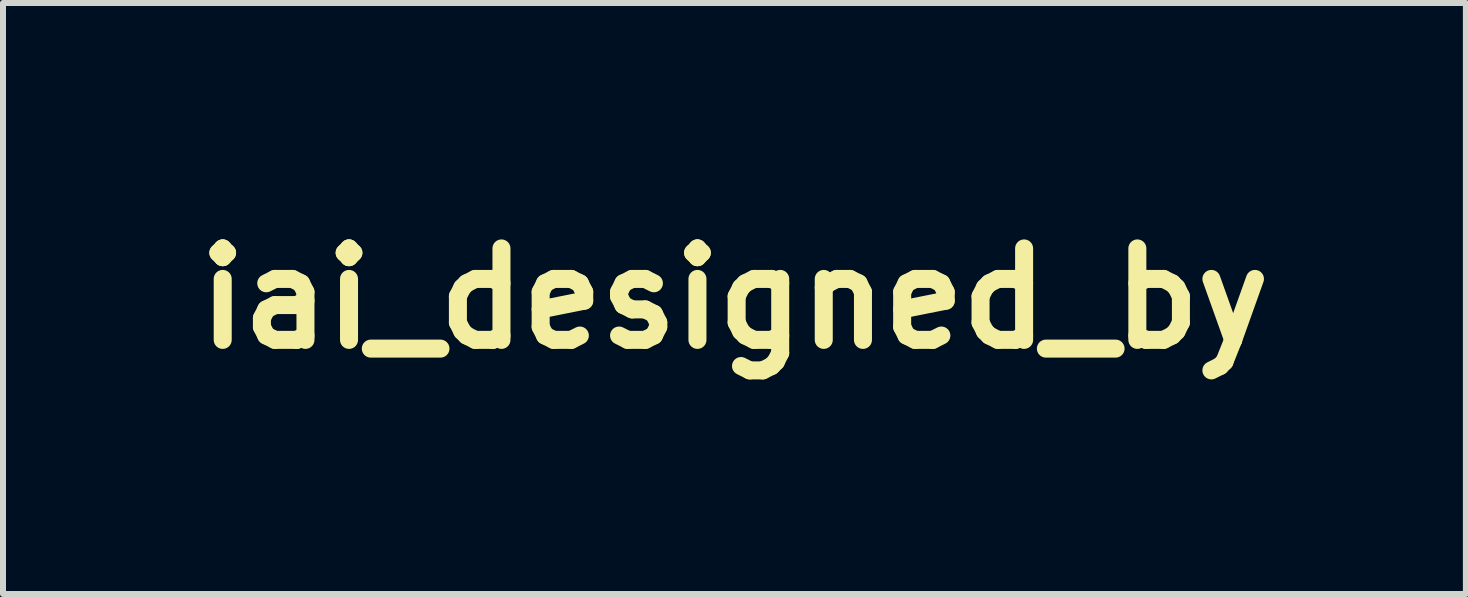
<source format=kicad_pcb>
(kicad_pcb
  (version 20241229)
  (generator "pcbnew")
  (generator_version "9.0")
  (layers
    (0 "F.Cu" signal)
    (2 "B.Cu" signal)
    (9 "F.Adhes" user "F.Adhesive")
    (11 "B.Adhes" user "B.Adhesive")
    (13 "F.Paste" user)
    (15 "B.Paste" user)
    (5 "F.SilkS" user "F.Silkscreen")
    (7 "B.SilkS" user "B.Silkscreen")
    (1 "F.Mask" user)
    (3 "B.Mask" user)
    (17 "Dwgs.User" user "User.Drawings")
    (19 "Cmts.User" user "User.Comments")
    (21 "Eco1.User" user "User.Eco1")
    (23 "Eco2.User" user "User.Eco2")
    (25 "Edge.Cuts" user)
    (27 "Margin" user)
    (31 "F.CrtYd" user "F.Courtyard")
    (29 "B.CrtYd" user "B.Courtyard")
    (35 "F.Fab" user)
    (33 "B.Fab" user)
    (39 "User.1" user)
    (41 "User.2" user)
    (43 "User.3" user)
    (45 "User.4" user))
  (footprint "iai_designed_by"
    (layer "F.Cu")
    (at 9.188 1.924)
    (property "Reference" "iai_designed_by" (at 0 0 0) (layer "F.SilkS") (effects (font (size 1.524 1.524) (thickness 0.3))))
    (attr through_hole)
    (fp_poly (pts (xy 7.053 -1.054) (xy 5.756 -1.054) (xy 5.756 -1.216) (xy 7.053 -1.216) (xy 7.053 -1.054)) (stroke (width 0.01) (type solid)) (fill yes) (layer "F.Mask"))
    (fp_poly (pts (xy -3.011 0.908) (xy -2.999 0.959) (xy -3.012 1.012) (xy -3.053 1.027) (xy -3.096 1.011) (xy -3.107 0.959) (xy -3.095 0.906) (xy -3.053 0.892) (xy -3.011 0.908)) (stroke (width 0.01) (type solid)) (fill yes) (layer "F.Mask"))
    (fp_poly (pts (xy 2.702 -1.513) (xy 2.108 -1.513) (xy 2.108 -0.027) (xy 1.675 -0.027) (xy 1.675 -1.81) (xy 1.81 -1.81) (xy 1.81 -0.162) (xy 1.973 -0.162) (xy 1.973 -1.648) (xy 2.567 -1.648) (xy 2.567 -1.81) (xy 1.81 -1.81) (xy 1.675 -1.81) (xy 1.675 -1.919) (xy 2.702 -1.919) (xy 2.702 -1.513)) (stroke (width 0.01) (type solid)) (fill yes) (layer "F.Mask"))
    (fp_poly (pts (xy 8.755 0.297) (xy 7.755 0.297) (xy 7.755 0) (xy 7.89 0) (xy 7.89 0.162) (xy 8.62 0.162) (xy 8.62 -1.486) (xy 8.485 -1.486) (xy 8.485 0) (xy 7.89 0) (xy 7.755 0) (xy 7.755 -0.135) (xy 8.35 -0.135) (xy 8.35 -1.621) (xy 8.755 -1.621) (xy 8.755 0.297)) (stroke (width 0.01) (type solid)) (fill yes) (layer "F.Mask"))
    (fp_poly (pts (xy -7.161 -1.486) (xy -7.837 -1.486) (xy -8.051 -1.487) (xy -8.216 -1.488) (xy -8.339 -1.491) (xy -8.426 -1.496) (xy -8.483 -1.503) (xy -8.515 -1.512) (xy -8.528 -1.524) (xy -8.528 -1.525) (xy -8.537 -1.585) (xy -8.534 -1.613) (xy -8.528 -1.628) (xy -8.512 -1.64) (xy -8.479 -1.649) (xy -8.424 -1.655) (xy -8.34 -1.66) (xy -8.222 -1.664) (xy -8.062 -1.666) (xy -7.854 -1.669) (xy -7.843 -1.669) (xy -7.161 -1.676) (xy -7.161 -1.486)) (stroke (width 0.01) (type solid)) (fill yes) (layer "F.Mask"))
    (fp_poly (pts (xy -3.03 1.111) (xy -3.014 1.128) (xy -3.005 1.167) (xy -3.001 1.237) (xy -2.999 1.349) (xy -2.999 1.405) (xy -3 1.535) (xy -3.003 1.621) (xy -3.01 1.671) (xy -3.023 1.695) (xy -3.043 1.702) (xy -3.053 1.702) (xy -3.077 1.699) (xy -3.093 1.682) (xy -3.102 1.644) (xy -3.106 1.573) (xy -3.107 1.461) (xy -3.107 1.405) (xy -3.107 1.275) (xy -3.104 1.19) (xy -3.097 1.14) (xy -3.084 1.116) (xy -3.064 1.108) (xy -3.053 1.108) (xy -3.03 1.111)) (stroke (width 0.01) (type solid)) (fill yes) (layer "F.Mask"))
    (fp_poly (pts (xy 6.411 -0.777) (xy 7.228 -0.77) (xy 7.228 0.23) (xy 7.127 0.238) (xy 7.06 0.24) (xy 7.032 0.224) (xy 7.026 0.182) (xy 7.026 0.177) (xy 7.026 0.108) (xy 5.81 0.108) (xy 5.81 0.176) (xy 5.804 0.219) (xy 5.776 0.239) (xy 5.711 0.243) (xy 5.701 0.243) (xy 5.593 0.243) (xy 5.593 -0.594) (xy 5.81 -0.594) (xy 5.81 -0.054) (xy 7.026 -0.054) (xy 7.026 -0.594) (xy 5.81 -0.594) (xy 5.593 -0.594) (xy 5.593 -0.784) (xy 6.411 -0.777)) (stroke (width 0.01) (type solid)) (fill yes) (layer "F.Mask"))
    (fp_poly (pts (xy -4.907 0.924) (xy -4.754 0.938) (xy -4.649 0.963) (xy -4.608 0.983) (xy -4.526 1.068) (xy -4.477 1.188) (xy -4.463 1.335) (xy -4.465 1.37) (xy -4.492 1.5) (xy -4.553 1.595) (xy -4.652 1.659) (xy -4.791 1.694) (xy -4.944 1.702) (xy -5.134 1.702) (xy -5.134 1.027) (xy -4.999 1.027) (xy -4.999 1.594) (xy -4.863 1.594) (xy -4.768 1.588) (xy -4.703 1.563) (xy -4.66 1.528) (xy -4.613 1.464) (xy -4.595 1.382) (xy -4.594 1.34) (xy -4.608 1.203) (xy -4.655 1.107) (xy -4.738 1.05) (xy -4.86 1.028) (xy -4.892 1.027) (xy -4.999 1.027) (xy -5.134 1.027) (xy -5.134 0.912) (xy -4.907 0.924)) (stroke (width 0.01) (type solid)) (fill yes) (layer "F.Mask"))
    (fp_poly (pts (xy -1.405 -1.78) (xy -1.383 -1.762) (xy -1.388 -1.723) (xy -1.399 -1.672) (xy -1.415 -1.581) (xy -1.433 -1.465) (xy -1.449 -1.365) (xy -1.469 -1.175) (xy -1.479 -0.955) (xy -1.48 -0.722) (xy -1.471 -0.491) (xy -1.453 -0.278) (xy -1.427 -0.099) (xy -1.42 -0.069) (xy -1.4 0.035) (xy -1.394 0.098) (xy -1.403 0.132) (xy -1.412 0.14) (xy -1.477 0.161) (xy -1.54 0.152) (xy -1.578 0.118) (xy -1.578 0.118) (xy -1.608 0.009) (xy -1.633 -0.144) (xy -1.652 -0.329) (xy -1.666 -0.534) (xy -1.672 -0.75) (xy -1.672 -0.965) (xy -1.665 -1.168) (xy -1.651 -1.348) (xy -1.635 -1.456) (xy -1.611 -1.593) (xy -1.591 -1.685) (xy -1.572 -1.741) (xy -1.549 -1.77) (xy -1.518 -1.782) (xy -1.473 -1.783) (xy -1.468 -1.783) (xy -1.405 -1.78)) (stroke (width 0.01) (type solid)) (fill yes) (layer "F.Mask"))
    (fp_poly (pts (xy 0.843 1.113) (xy 0.879 1.129) (xy 0.914 1.173) (xy 0.954 1.255) (xy 0.987 1.332) (xy 1.071 1.543) (xy 1.154 1.332) (xy 1.2 1.221) (xy 1.238 1.153) (xy 1.273 1.12) (xy 1.293 1.113) (xy 1.339 1.116) (xy 1.351 1.129) (xy 1.341 1.17) (xy 1.313 1.248) (xy 1.272 1.351) (xy 1.223 1.469) (xy 1.171 1.591) (xy 1.12 1.705) (xy 1.074 1.801) (xy 1.04 1.868) (xy 1.022 1.895) (xy 0.965 1.915) (xy 0.902 1.917) (xy 0.852 1.903) (xy 0.838 1.881) (xy 0.861 1.847) (xy 0.905 1.826) (xy 0.958 1.802) (xy 0.985 1.756) (xy 0.985 1.683) (xy 0.958 1.578) (xy 0.904 1.432) (xy 0.894 1.408) (xy 0.849 1.297) (xy 0.813 1.204) (xy 0.79 1.142) (xy 0.784 1.121) (xy 0.806 1.111) (xy 0.843 1.113)) (stroke (width 0.01) (type solid)) (fill yes) (layer "F.Mask"))
    (fp_poly (pts (xy -8.349 -0.929) (xy -8.3 -0.891) (xy -8.236 -0.838) (xy -8.359 -0.702) (xy -8.463 -0.567) (xy -8.517 -0.449) (xy -8.52 -0.345) (xy -8.474 -0.252) (xy -8.383 -0.172) (xy -8.268 -0.12) (xy -8.112 -0.083) (xy -7.923 -0.065) (xy -7.713 -0.063) (xy -7.49 -0.08) (xy -7.265 -0.115) (xy -7.242 -0.12) (xy -7.15 -0.136) (xy -7.081 -0.143) (xy -7.049 -0.139) (xy -7.031 -0.102) (xy -7.015 -0.049) (xy -7.012 0.009) (xy -7.041 0.036) (xy -7.046 0.037) (xy -7.196 0.071) (xy -7.38 0.098) (xy -7.58 0.115) (xy -7.782 0.124) (xy -7.971 0.122) (xy -8.132 0.109) (xy -8.21 0.096) (xy -8.41 0.032) (xy -8.562 -0.056) (xy -8.666 -0.164) (xy -8.72 -0.29) (xy -8.724 -0.431) (xy -8.677 -0.583) (xy -8.576 -0.744) (xy -8.506 -0.827) (xy -8.445 -0.89) (xy -8.399 -0.933) (xy -8.38 -0.945) (xy -8.349 -0.929)) (stroke (width 0.01) (type solid)) (fill yes) (layer "F.Mask"))
    (fp_poly (pts (xy 3.154 0.851) (xy 3.156 0.899) (xy 3.152 0.919) (xy 3.145 0.973) (xy 3.164 0.995) (xy 3.221 1) (xy 3.23 1) (xy 3.299 1.009) (xy 3.323 1.037) (xy 3.324 1.04) (xy 3.305 1.069) (xy 3.244 1.08) (xy 3.22 1.081) (xy 3.117 1.081) (xy 3.014 1.351) (xy 2.967 1.475) (xy 2.933 1.555) (xy 2.907 1.599) (xy 2.886 1.615) (xy 2.862 1.61) (xy 2.847 1.601) (xy 2.838 1.57) (xy 2.852 1.501) (xy 2.892 1.392) (xy 2.943 1.262) (xy 2.974 1.175) (xy 2.988 1.121) (xy 2.984 1.093) (xy 2.964 1.083) (xy 2.927 1.081) (xy 2.92 1.081) (xy 2.855 1.069) (xy 2.837 1.04) (xy 2.857 1.011) (xy 2.922 1) (xy 2.933 1) (xy 3.002 0.993) (xy 3.039 0.962) (xy 3.057 0.919) (xy 3.089 0.862) (xy 3.126 0.838) (xy 3.127 0.838) (xy 3.154 0.851)) (stroke (width 0.01) (type solid)) (fill yes) (layer "F.Mask"))
    (fp_poly (pts (xy -3.427 1.113) (xy -3.343 1.121) (xy -3.298 1.135) (xy -3.279 1.163) (xy -3.274 1.186) (xy -3.274 1.232) (xy -3.3 1.236) (xy -3.314 1.231) (xy -3.437 1.2) (xy -3.527 1.21) (xy -3.551 1.224) (xy -3.585 1.267) (xy -3.567 1.306) (xy -3.494 1.34) (xy -3.456 1.352) (xy -3.341 1.399) (xy -3.27 1.463) (xy -3.246 1.54) (xy -3.273 1.623) (xy -3.291 1.648) (xy -3.354 1.69) (xy -3.451 1.716) (xy -3.563 1.722) (xy -3.641 1.712) (xy -3.691 1.681) (xy -3.702 1.634) (xy -3.697 1.591) (xy -3.672 1.583) (xy -3.623 1.598) (xy -3.523 1.619) (xy -3.442 1.611) (xy -3.392 1.575) (xy -3.383 1.549) (xy -3.386 1.513) (xy -3.414 1.487) (xy -3.479 1.461) (xy -3.522 1.448) (xy -3.62 1.413) (xy -3.675 1.37) (xy -3.699 1.309) (xy -3.702 1.255) (xy -3.678 1.183) (xy -3.609 1.135) (xy -3.5 1.113) (xy -3.427 1.113)) (stroke (width 0.01) (type solid)) (fill yes) (layer "F.Mask"))
    (fp_poly (pts (xy -1.775 1.12) (xy -1.712 1.162) (xy -1.672 1.239) (xy -1.652 1.358) (xy -1.648 1.476) (xy -1.649 1.587) (xy -1.654 1.655) (xy -1.666 1.689) (xy -1.686 1.701) (xy -1.699 1.702) (xy -1.725 1.696) (xy -1.742 1.672) (xy -1.752 1.617) (xy -1.759 1.523) (xy -1.761 1.484) (xy -1.774 1.343) (xy -1.802 1.251) (xy -1.844 1.206) (xy -1.904 1.205) (xy -1.914 1.208) (xy -1.969 1.234) (xy -2.002 1.27) (xy -2.02 1.33) (xy -2.026 1.426) (xy -2.027 1.489) (xy -2.027 1.596) (xy -2.032 1.659) (xy -2.044 1.69) (xy -2.067 1.701) (xy -2.094 1.702) (xy -2.162 1.702) (xy -2.162 1.405) (xy -2.161 1.274) (xy -2.158 1.189) (xy -2.15 1.138) (xy -2.137 1.115) (xy -2.117 1.108) (xy -2.113 1.108) (xy -2.055 1.123) (xy -2.035 1.137) (xy -2.002 1.152) (xy -1.988 1.137) (xy -1.951 1.118) (xy -1.883 1.108) (xy -1.865 1.108) (xy -1.775 1.12)) (stroke (width 0.01) (type solid)) (fill yes) (layer "F.Mask"))
    (fp_poly (pts (xy -0.324 1.704) (xy -0.412 1.7) (xy -0.504 1.703) (xy -0.581 1.714) (xy -0.672 1.714) (xy -0.729 1.696) (xy -0.793 1.644) (xy -0.83 1.594) (xy -0.859 1.498) (xy -0.863 1.389) (xy -0.862 1.383) (xy -0.756 1.383) (xy -0.752 1.472) (xy -0.721 1.548) (xy -0.67 1.599) (xy -0.605 1.619) (xy -0.534 1.596) (xy -0.509 1.577) (xy -0.471 1.51) (xy -0.458 1.419) (xy -0.47 1.325) (xy -0.507 1.25) (xy -0.513 1.243) (xy -0.585 1.195) (xy -0.65 1.201) (xy -0.709 1.26) (xy -0.726 1.288) (xy -0.756 1.383) (xy -0.862 1.383) (xy -0.845 1.28) (xy -0.809 1.189) (xy -0.756 1.132) (xy -0.742 1.125) (xy -0.667 1.11) (xy -0.583 1.111) (xy -0.513 1.127) (xy -0.492 1.14) (xy -0.473 1.148) (xy -0.462 1.117) (xy -0.459 1.041) (xy -0.459 1.032) (xy -0.457 0.95) (xy -0.447 0.908) (xy -0.422 0.893) (xy -0.392 0.892) (xy -0.324 0.892) (xy -0.324 1.704)) (stroke (width 0.01) (type solid)) (fill yes) (layer "F.Mask"))
    (fp_poly (pts (xy 0.269 0.896) (xy 0.289 0.917) (xy 0.296 0.97) (xy 0.297 1.032) (xy 0.3 1.113) (xy 0.309 1.147) (xy 0.328 1.142) (xy 0.33 1.14) (xy 0.377 1.119) (xy 0.45 1.108) (xy 0.462 1.108) (xy 0.56 1.132) (xy 0.636 1.196) (xy 0.686 1.289) (xy 0.706 1.402) (xy 0.69 1.522) (xy 0.661 1.597) (xy 0.609 1.661) (xy 0.538 1.708) (xy 0.465 1.73) (xy 0.406 1.719) (xy 0.396 1.711) (xy 0.36 1.701) (xy 0.292 1.697) (xy 0.27 1.698) (xy 0.162 1.702) (xy 0.162 1.411) (xy 0.297 1.411) (xy 0.308 1.506) (xy 0.342 1.572) (xy 0.408 1.613) (xy 0.481 1.616) (xy 0.54 1.582) (xy 0.565 1.53) (xy 0.584 1.453) (xy 0.586 1.44) (xy 0.586 1.35) (xy 0.551 1.276) (xy 0.541 1.263) (xy 0.479 1.204) (xy 0.421 1.195) (xy 0.358 1.237) (xy 0.351 1.243) (xy 0.311 1.315) (xy 0.297 1.411) (xy 0.162 1.411) (xy 0.162 0.892) (xy 0.23 0.892) (xy 0.269 0.896)) (stroke (width 0.01) (type solid)) (fill yes) (layer "F.Mask"))
    (fp_poly (pts (xy 3.614 1.005) (xy 3.708 1.014) (xy 3.756 1.03) (xy 3.769 1.054) (xy 3.756 1.08) (xy 3.708 1.088) (xy 3.655 1.086) (xy 3.54 1.077) (xy 3.54 1.451) (xy 3.659 1.527) (xy 3.731 1.581) (xy 3.764 1.625) (xy 3.764 1.639) (xy 3.737 1.671) (xy 3.69 1.663) (xy 3.627 1.62) (xy 3.557 1.565) (xy 3.525 1.643) (xy 3.487 1.704) (xy 3.446 1.739) (xy 3.36 1.754) (xy 3.261 1.75) (xy 3.179 1.726) (xy 3.175 1.724) (xy 3.109 1.672) (xy 3.083 1.604) (xy 3.081 1.569) (xy 3.161 1.569) (xy 3.184 1.614) (xy 3.238 1.655) (xy 3.302 1.675) (xy 3.31 1.675) (xy 3.38 1.657) (xy 3.418 1.632) (xy 3.455 1.572) (xy 3.441 1.526) (xy 3.38 1.497) (xy 3.342 1.491) (xy 3.254 1.496) (xy 3.189 1.523) (xy 3.162 1.565) (xy 3.161 1.569) (xy 3.081 1.569) (xy 3.081 1.565) (xy 3.104 1.48) (xy 3.17 1.422) (xy 3.277 1.395) (xy 3.326 1.394) (xy 3.459 1.396) (xy 3.459 0.997) (xy 3.614 1.005)) (stroke (width 0.01) (type solid)) (fill yes) (layer "F.Mask"))
    (fp_poly (pts (xy 6.488 -1.887) (xy 6.548 -1.866) (xy 6.614 -1.822) (xy 6.673 -1.771) (xy 7.014 -1.501) (xy 7.285 -1.323) (xy 7.372 -1.27) (xy 7.44 -1.227) (xy 7.477 -1.204) (xy 7.48 -1.202) (xy 7.475 -1.175) (xy 7.451 -1.12) (xy 7.445 -1.109) (xy 7.401 -1.023) (xy 7.274 -1.097) (xy 7.082 -1.217) (xy 6.878 -1.358) (xy 6.688 -1.504) (xy 6.598 -1.58) (xy 6.519 -1.648) (xy 6.455 -1.7) (xy 6.419 -1.727) (xy 6.414 -1.729) (xy 6.388 -1.713) (xy 6.332 -1.67) (xy 6.256 -1.607) (xy 6.227 -1.582) (xy 6.011 -1.41) (xy 5.792 -1.253) (xy 5.587 -1.124) (xy 5.565 -1.111) (xy 5.414 -1.027) (xy 5.369 -1.122) (xy 5.345 -1.181) (xy 5.342 -1.214) (xy 5.345 -1.216) (xy 5.381 -1.231) (xy 5.451 -1.272) (xy 5.547 -1.333) (xy 5.659 -1.407) (xy 5.778 -1.489) (xy 5.895 -1.572) (xy 6.001 -1.651) (xy 6.088 -1.718) (xy 6.112 -1.738) (xy 6.203 -1.813) (xy 6.27 -1.859) (xy 6.325 -1.883) (xy 6.383 -1.891) (xy 6.415 -1.891) (xy 6.488 -1.887)) (stroke (width 0.01) (type solid)) (fill yes) (layer "F.Mask"))
    (fp_poly (pts (xy -3.976 1.118) (xy -3.89 1.166) (xy -3.831 1.244) (xy -3.81 1.341) (xy -3.81 1.432) (xy -4.026 1.432) (xy -4.127 1.435) (xy -4.202 1.442) (xy -4.24 1.452) (xy -4.242 1.456) (xy -4.227 1.491) (xy -4.19 1.546) (xy -4.184 1.553) (xy -4.138 1.601) (xy -4.088 1.618) (xy -4.015 1.614) (xy -3.935 1.603) (xy -3.875 1.593) (xy -3.866 1.591) (xy -3.828 1.604) (xy -3.817 1.625) (xy -3.832 1.666) (xy -3.886 1.698) (xy -3.966 1.719) (xy -4.057 1.725) (xy -4.146 1.713) (xy -4.178 1.703) (xy -4.269 1.638) (xy -4.328 1.536) (xy -4.35 1.406) (xy -4.35 1.399) (xy -4.346 1.327) (xy -4.228 1.327) (xy -4.217 1.343) (xy -4.173 1.35) (xy -4.085 1.351) (xy -4.081 1.351) (xy -3.994 1.347) (xy -3.936 1.336) (xy -3.918 1.324) (xy -3.938 1.283) (xy -3.982 1.234) (xy -4.031 1.197) (xy -4.055 1.189) (xy -4.122 1.21) (xy -4.188 1.26) (xy -4.216 1.298) (xy -4.228 1.327) (xy -4.346 1.327) (xy -4.344 1.308) (xy -4.32 1.244) (xy -4.271 1.187) (xy -4.178 1.124) (xy -4.076 1.103) (xy -3.976 1.118)) (stroke (width 0.01) (type solid)) (fill yes) (layer "F.Mask"))
    (fp_poly (pts (xy -1.166 1.112) (xy -1.104 1.122) (xy -1.096 1.125) (xy -1.046 1.167) (xy -1.002 1.241) (xy -0.976 1.327) (xy -0.973 1.363) (xy -0.975 1.397) (xy -0.989 1.418) (xy -1.025 1.428) (xy -1.095 1.432) (xy -1.189 1.432) (xy -1.289 1.434) (xy -1.365 1.437) (xy -1.403 1.443) (xy -1.405 1.444) (xy -1.395 1.475) (xy -1.373 1.526) (xy -1.316 1.592) (xy -1.225 1.618) (xy -1.104 1.603) (xy -1.103 1.602) (xy -1.036 1.587) (xy -1.007 1.593) (xy -1 1.621) (xy -1 1.626) (xy -1.024 1.674) (xy -1.086 1.709) (xy -1.172 1.726) (xy -1.268 1.722) (xy -1.341 1.703) (xy -1.431 1.638) (xy -1.491 1.536) (xy -1.513 1.406) (xy -1.513 1.399) (xy -1.501 1.327) (xy -1.39 1.327) (xy -1.38 1.343) (xy -1.335 1.35) (xy -1.248 1.351) (xy -1.244 1.351) (xy -1.157 1.347) (xy -1.098 1.336) (xy -1.081 1.324) (xy -1.1 1.283) (xy -1.145 1.234) (xy -1.194 1.197) (xy -1.218 1.189) (xy -1.285 1.21) (xy -1.351 1.26) (xy -1.378 1.298) (xy -1.39 1.327) (xy -1.501 1.327) (xy -1.492 1.272) (xy -1.432 1.178) (xy -1.339 1.122) (xy -1.247 1.108) (xy -1.166 1.112)) (stroke (width 0.01) (type solid)) (fill yes) (layer "F.Mask"))
    (fp_poly (pts (xy 4.958 -1.256) (xy 4.614 -1.249) (xy 4.269 -1.241) (xy 4.269 -1.027) (xy 5.053 -1.027) (xy 5.053 -0.865) (xy 4.269 -0.865) (xy 4.269 -0.621) (xy 4.918 -0.621) (xy 4.918 0.243) (xy 4.81 0.243) (xy 4.74 0.24) (xy 4.709 0.222) (xy 4.702 0.182) (xy 4.702 0.176) (xy 4.702 0.108) (xy 3.621 0.108) (xy 3.621 0.176) (xy 3.614 0.221) (xy 3.582 0.24) (xy 3.526 0.243) (xy 3.432 0.243) (xy 3.432 -0.432) (xy 3.621 -0.432) (xy 3.621 -0.054) (xy 4.702 -0.054) (xy 4.702 -0.432) (xy 3.621 -0.432) (xy 3.432 -0.432) (xy 3.432 -0.621) (xy 4.08 -0.621) (xy 4.08 -0.865) (xy 3.358 -0.865) (xy 3.339 -0.669) (xy 3.317 -0.501) (xy 3.281 -0.318) (xy 3.237 -0.138) (xy 3.188 0.02) (xy 3.157 0.099) (xy 3.102 0.223) (xy 3.022 0.143) (xy 2.973 0.09) (xy 2.957 0.05) (xy 2.968 -0.003) (xy 2.984 -0.043) (xy 3.023 -0.148) (xy 3.053 -0.246) (xy 3.077 -0.347) (xy 3.095 -0.46) (xy 3.109 -0.592) (xy 3.119 -0.754) (xy 3.126 -0.954) (xy 3.131 -1.148) (xy 3.134 -1.243) (xy 3.351 -1.243) (xy 3.351 -1.027) (xy 4.08 -1.027) (xy 4.08 -1.243) (xy 3.351 -1.243) (xy 3.134 -1.243) (xy 3.144 -1.648) (xy 3.351 -1.648) (xy 3.351 -1.405) (xy 4.756 -1.405) (xy 4.756 -1.648) (xy 3.351 -1.648) (xy 3.144 -1.648) (xy 3.148 -1.824) (xy 4.958 -1.824) (xy 4.958 -1.256)) (stroke (width 0.01) (type solid)) (fill yes) (layer "F.Mask"))
    (fp_poly (pts (xy -0.108 -1.432) (xy 0.297 -1.432) (xy 0.297 -1.243) (xy -0.108 -1.243) (xy -0.108 -0.499) (xy 0.095 -0.326) (xy 0.181 -0.249) (xy 0.249 -0.183) (xy 0.29 -0.137) (xy 0.297 -0.121) (xy 0.279 -0.081) (xy 0.244 -0.041) (xy 0.212 -0.016) (xy 0.183 -0.01) (xy 0.145 -0.027) (xy 0.088 -0.072) (xy 0.004 -0.149) (xy -0.005 -0.157) (xy -0.104 -0.25) (xy -0.133 -0.144) (xy -0.194 -0.011) (xy -0.296 0.087) (xy -0.368 0.125) (xy -0.463 0.149) (xy -0.587 0.159) (xy -0.714 0.154) (xy -0.816 0.136) (xy -0.951 0.07) (xy -1.046 -0.03) (xy -1.099 -0.161) (xy -1.108 -0.251) (xy -1.103 -0.283) (xy -0.918 -0.283) (xy -0.898 -0.174) (xy -0.889 -0.153) (xy -0.841 -0.087) (xy -0.763 -0.048) (xy -0.647 -0.03) (xy -0.6 -0.029) (xy -0.504 -0.033) (xy -0.441 -0.053) (xy -0.394 -0.09) (xy -0.349 -0.155) (xy -0.318 -0.237) (xy -0.304 -0.32) (xy -0.311 -0.384) (xy -0.328 -0.409) (xy -0.421 -0.448) (xy -0.541 -0.473) (xy -0.661 -0.477) (xy -0.696 -0.473) (xy -0.815 -0.437) (xy -0.89 -0.372) (xy -0.918 -0.283) (xy -1.103 -0.283) (xy -1.088 -0.399) (xy -1.027 -0.513) (xy -0.924 -0.594) (xy -0.779 -0.641) (xy -0.61 -0.657) (xy -0.505 -0.653) (xy -0.414 -0.642) (xy -0.358 -0.626) (xy -0.297 -0.593) (xy -0.297 -1.243) (xy -1.054 -1.243) (xy -1.054 -1.432) (xy -0.297 -1.432) (xy -0.297 -1.837) (xy -0.108 -1.837) (xy -0.108 -1.432)) (stroke (width 0.01) (type solid)) (fill yes) (layer "F.Mask"))
    (fp_poly (pts (xy -2.491 1.132) (xy -2.484 1.136) (xy -2.441 1.15) (xy -2.432 1.136) (xy -2.409 1.113) (xy -2.376 1.108) (xy -2.352 1.11) (xy -2.337 1.123) (xy -2.328 1.156) (xy -2.325 1.217) (xy -2.325 1.315) (xy -2.328 1.444) (xy -2.333 1.585) (xy -2.339 1.684) (xy -2.348 1.75) (xy -2.363 1.795) (xy -2.385 1.829) (xy -2.403 1.849) (xy -2.455 1.893) (xy -2.517 1.913) (xy -2.608 1.919) (xy -2.69 1.915) (xy -2.749 1.907) (xy -2.765 1.9) (xy -2.781 1.861) (xy -2.783 1.834) (xy -2.775 1.801) (xy -2.742 1.801) (xy -2.714 1.811) (xy -2.649 1.831) (xy -2.609 1.837) (xy -2.551 1.815) (xy -2.492 1.76) (xy -2.449 1.69) (xy -2.444 1.675) (xy -2.433 1.629) (xy -2.446 1.628) (xy -2.478 1.655) (xy -2.562 1.697) (xy -2.66 1.699) (xy -2.751 1.661) (xy -2.785 1.633) (xy -2.825 1.58) (xy -2.844 1.517) (xy -2.851 1.425) (xy -2.851 1.405) (xy -2.85 1.391) (xy -2.737 1.391) (xy -2.733 1.484) (xy -2.703 1.553) (xy -2.645 1.586) (xy -2.569 1.591) (xy -2.502 1.568) (xy -2.486 1.554) (xy -2.463 1.501) (xy -2.45 1.423) (xy -2.449 1.402) (xy -2.456 1.317) (xy -2.488 1.26) (xy -2.51 1.24) (xy -2.568 1.199) (xy -2.611 1.195) (xy -2.663 1.228) (xy -2.676 1.238) (xy -2.718 1.302) (xy -2.737 1.391) (xy -2.85 1.391) (xy -2.846 1.305) (xy -2.829 1.239) (xy -2.793 1.186) (xy -2.785 1.178) (xy -2.7 1.123) (xy -2.595 1.107) (xy -2.491 1.132)) (stroke (width 0.01) (type solid)) (fill yes) (layer "F.Mask"))
    (fp_poly (pts (xy -5.858 -1.801) (xy -5.841 -1.754) (xy -5.831 -1.702) (xy -5.813 -1.613) (xy -5.791 -1.505) (xy -5.766 -1.388) (xy -5.74 -1.275) (xy -5.718 -1.179) (xy -5.701 -1.11) (xy -5.692 -1.081) (xy -5.691 -1.081) (xy -5.665 -1.089) (xy -5.6 -1.112) (xy -5.508 -1.145) (xy -5.47 -1.159) (xy -5.359 -1.198) (xy -5.232 -1.238) (xy -5.1 -1.278) (xy -4.972 -1.314) (xy -4.859 -1.344) (xy -4.772 -1.365) (xy -4.722 -1.373) (xy -4.713 -1.372) (xy -4.701 -1.34) (xy -4.686 -1.281) (xy -4.671 -1.202) (xy -5.031 -1.1) (xy -5.315 -1.01) (xy -5.558 -0.913) (xy -5.759 -0.811) (xy -5.916 -0.705) (xy -6.027 -0.597) (xy -6.091 -0.488) (xy -6.105 -0.38) (xy -6.069 -0.274) (xy -5.997 -0.188) (xy -5.935 -0.14) (xy -5.859 -0.103) (xy -5.762 -0.078) (xy -5.638 -0.063) (xy -5.479 -0.057) (xy -5.276 -0.058) (xy -5.158 -0.061) (xy -4.679 -0.076) (xy -4.662 -0.007) (xy -4.658 0.054) (xy -4.672 0.089) (xy -4.707 0.098) (xy -4.788 0.107) (xy -4.908 0.115) (xy -5.059 0.122) (xy -5.22 0.126) (xy -5.406 0.129) (xy -5.548 0.129) (xy -5.655 0.127) (xy -5.738 0.121) (xy -5.805 0.11) (xy -5.868 0.094) (xy -5.911 0.08) (xy -6.077 0.003) (xy -6.199 -0.1) (xy -6.278 -0.223) (xy -6.311 -0.36) (xy -6.298 -0.504) (xy -6.239 -0.648) (xy -6.132 -0.786) (xy -6.025 -0.879) (xy -5.945 -0.945) (xy -5.905 -0.996) (xy -5.902 -1.017) (xy -5.915 -1.064) (xy -5.934 -1.148) (xy -5.957 -1.256) (xy -5.982 -1.379) (xy -6.006 -1.503) (xy -6.026 -1.619) (xy -6.042 -1.713) (xy -6.051 -1.775) (xy -6.051 -1.794) (xy -6.019 -1.804) (xy -5.955 -1.814) (xy -5.946 -1.815) (xy -5.888 -1.817) (xy -5.858 -1.801)) (stroke (width 0.01) (type solid)) (fill yes) (layer "F.Mask"))
    (fp_poly (pts (xy 4.285 0.881) (xy 4.296 0.932) (xy 4.299 0.967) (xy 4.314 0.987) (xy 4.353 0.996) (xy 4.428 1) (xy 4.499 1) (xy 4.607 1.002) (xy 4.67 1.01) (xy 4.698 1.026) (xy 4.702 1.039) (xy 4.689 1.06) (xy 4.645 1.074) (xy 4.561 1.083) (xy 4.492 1.086) (xy 4.387 1.091) (xy 4.324 1.099) (xy 4.292 1.113) (xy 4.279 1.139) (xy 4.274 1.169) (xy 4.266 1.243) (xy 4.457 1.243) (xy 4.56 1.245) (xy 4.619 1.254) (xy 4.645 1.27) (xy 4.648 1.284) (xy 4.637 1.306) (xy 4.597 1.318) (xy 4.518 1.323) (xy 4.459 1.324) (xy 4.269 1.324) (xy 4.27 1.452) (xy 4.276 1.558) (xy 4.301 1.622) (xy 4.353 1.653) (xy 4.442 1.662) (xy 4.46 1.662) (xy 4.551 1.657) (xy 4.608 1.637) (xy 4.652 1.596) (xy 4.652 1.596) (xy 4.691 1.516) (xy 4.689 1.468) (xy 4.687 1.42) (xy 4.719 1.405) (xy 4.728 1.405) (xy 4.766 1.416) (xy 4.781 1.457) (xy 4.783 1.497) (xy 4.778 1.574) (xy 4.766 1.632) (xy 4.766 1.634) (xy 4.719 1.688) (xy 4.635 1.728) (xy 4.529 1.752) (xy 4.417 1.758) (xy 4.315 1.742) (xy 4.241 1.706) (xy 4.203 1.664) (xy 4.18 1.602) (xy 4.168 1.504) (xy 4.167 1.49) (xy 4.155 1.324) (xy 4.036 1.324) (xy 3.957 1.318) (xy 3.922 1.3) (xy 3.918 1.284) (xy 3.934 1.257) (xy 3.989 1.244) (xy 4.037 1.243) (xy 4.124 1.235) (xy 4.167 1.209) (xy 4.172 1.2) (xy 4.189 1.133) (xy 4.171 1.096) (xy 4.11 1.082) (xy 4.067 1.081) (xy 3.987 1.076) (xy 3.95 1.058) (xy 3.945 1.04) (xy 3.961 1.014) (xy 4.015 1.001) (xy 4.067 1) (xy 4.142 0.997) (xy 4.177 0.983) (xy 4.188 0.95) (xy 4.188 0.932) (xy 4.201 0.879) (xy 4.242 0.865) (xy 4.285 0.881)) (stroke (width 0.01) (type solid)) (fill yes) (layer "F.Mask"))
    (fp_poly (pts (xy 2.239 1.067) (xy 2.229 1.216) (xy 2.337 1.237) (xy 2.445 1.258) (xy 2.454 1.129) (xy 2.462 1.049) (xy 2.479 1.011) (xy 2.511 1) (xy 2.514 1) (xy 2.545 1.007) (xy 2.561 1.036) (xy 2.567 1.1) (xy 2.567 1.148) (xy 2.57 1.235) (xy 2.582 1.285) (xy 2.613 1.317) (xy 2.65 1.338) (xy 2.709 1.382) (xy 2.721 1.418) (xy 2.692 1.438) (xy 2.628 1.433) (xy 2.591 1.42) (xy 2.56 1.42) (xy 2.54 1.458) (xy 2.531 1.502) (xy 2.504 1.586) (xy 2.458 1.661) (xy 2.401 1.718) (xy 2.345 1.749) (xy 2.298 1.745) (xy 2.283 1.728) (xy 2.289 1.694) (xy 2.33 1.65) (xy 2.334 1.646) (xy 2.385 1.584) (xy 2.429 1.495) (xy 2.456 1.404) (xy 2.459 1.374) (xy 2.435 1.359) (xy 2.375 1.342) (xy 2.348 1.337) (xy 2.272 1.329) (xy 2.226 1.345) (xy 2.198 1.394) (xy 2.179 1.485) (xy 2.177 1.497) (xy 2.143 1.622) (xy 2.089 1.699) (xy 2.014 1.729) (xy 2.001 1.729) (xy 1.923 1.705) (xy 1.851 1.644) (xy 1.8 1.56) (xy 1.783 1.483) (xy 1.79 1.46) (xy 1.891 1.46) (xy 1.905 1.54) (xy 1.94 1.595) (xy 1.985 1.618) (xy 2.029 1.602) (xy 2.049 1.574) (xy 2.069 1.52) (xy 2.087 1.45) (xy 2.098 1.382) (xy 2.1 1.335) (xy 2.095 1.324) (xy 2.062 1.334) (xy 2 1.357) (xy 1.985 1.363) (xy 1.914 1.406) (xy 1.891 1.459) (xy 1.891 1.46) (xy 1.79 1.46) (xy 1.808 1.395) (xy 1.872 1.317) (xy 1.961 1.264) (xy 1.99 1.255) (xy 2.073 1.235) (xy 2.116 1.211) (xy 2.132 1.171) (xy 2.135 1.109) (xy 2.135 1) (xy 2 1) (xy 1.915 0.995) (xy 1.873 0.98) (xy 1.864 0.959) (xy 1.875 0.937) (xy 1.915 0.925) (xy 1.993 0.919) (xy 2.056 0.919) (xy 2.248 0.919) (xy 2.239 1.067)) (stroke (width 0.01) (type solid)) (fill yes) (layer "F.Mask"))
    (fp_poly (pts (xy -2.768 -1.667) (xy -2.565 -1.594) (xy -2.388 -1.479) (xy -2.242 -1.324) (xy -2.168 -1.205) (xy -2.134 -1.134) (xy -2.112 -1.068) (xy -2.1 -0.991) (xy -2.096 -0.886) (xy -2.095 -0.797) (xy -2.097 -0.664) (xy -2.104 -0.567) (xy -2.12 -0.491) (xy -2.147 -0.417) (xy -2.164 -0.378) (xy -2.25 -0.222) (xy -2.347 -0.106) (xy -2.465 -0.016) (xy -2.504 0.006) (xy -2.628 0.064) (xy -2.731 0.095) (xy -2.807 0.097) (xy -2.846 0.07) (xy -2.847 0.068) (xy -2.865 -0.004) (xy -2.849 -0.053) (xy -2.792 -0.091) (xy -2.719 -0.117) (xy -2.576 -0.187) (xy -2.449 -0.296) (xy -2.353 -0.43) (xy -2.321 -0.502) (xy -2.294 -0.625) (xy -2.284 -0.77) (xy -2.292 -0.918) (xy -2.316 -1.048) (xy -2.343 -1.121) (xy -2.456 -1.282) (xy -2.604 -1.401) (xy -2.785 -1.478) (xy -2.866 -1.497) (xy -2.963 -1.514) (xy -2.997 -1.255) (xy -3.045 -0.951) (xy -3.107 -0.681) (xy -3.179 -0.448) (xy -3.262 -0.257) (xy -3.352 -0.114) (xy -3.391 -0.069) (xy -3.502 0.012) (xy -3.614 0.044) (xy -3.725 0.031) (xy -3.83 -0.023) (xy -3.924 -0.112) (xy -4.003 -0.234) (xy -4.062 -0.383) (xy -4.096 -0.555) (xy -4.102 -0.745) (xy -4.102 -0.755) (xy -4.1 -0.768) (xy -3.909 -0.768) (xy -3.908 -0.591) (xy -3.876 -0.426) (xy -3.813 -0.289) (xy -3.771 -0.234) (xy -3.692 -0.173) (xy -3.616 -0.166) (xy -3.539 -0.212) (xy -3.487 -0.272) (xy -3.416 -0.399) (xy -3.349 -0.573) (xy -3.288 -0.786) (xy -3.237 -1.03) (xy -3.202 -1.256) (xy -3.189 -1.345) (xy -3.176 -1.417) (xy -3.171 -1.439) (xy -3.175 -1.475) (xy -3.217 -1.485) (xy -3.301 -1.47) (xy -3.393 -1.441) (xy -3.526 -1.374) (xy -3.656 -1.27) (xy -3.769 -1.143) (xy -3.851 -1.009) (xy -3.875 -0.945) (xy -3.909 -0.768) (xy -4.1 -0.768) (xy -4.064 -0.984) (xy -3.98 -1.187) (xy -3.854 -1.361) (xy -3.687 -1.502) (xy -3.483 -1.608) (xy -3.244 -1.675) (xy -3.231 -1.677) (xy -2.992 -1.695) (xy -2.768 -1.667)) (stroke (width 0.01) (type solid)) (fill yes) (layer "F.Mask")))
  (gr_rect
    (start -3 -3)
    (end 21.375 6.847)
    (stroke (width 0.1) (type default))
    (fill no)
    (layer "Edge.Cuts")))
</source>
